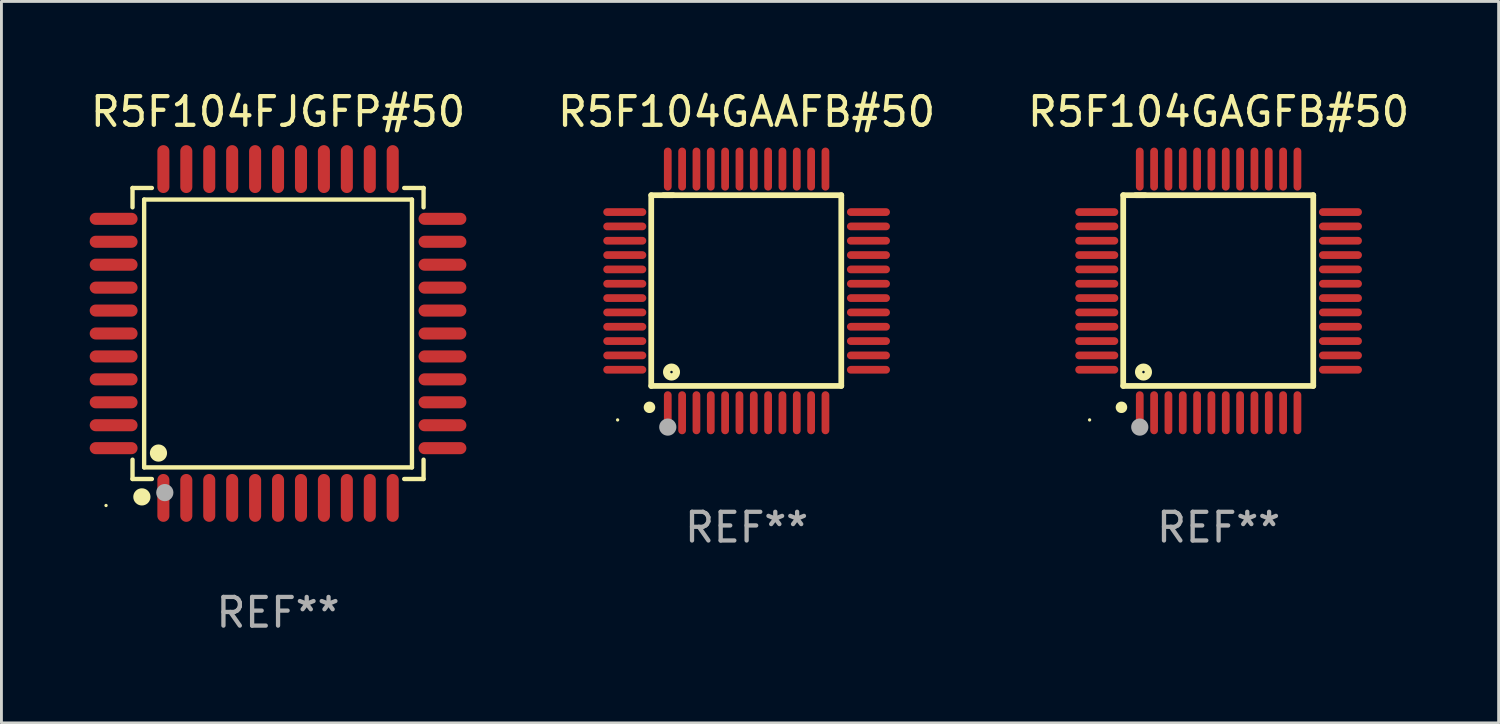
<source format=kicad_pcb>
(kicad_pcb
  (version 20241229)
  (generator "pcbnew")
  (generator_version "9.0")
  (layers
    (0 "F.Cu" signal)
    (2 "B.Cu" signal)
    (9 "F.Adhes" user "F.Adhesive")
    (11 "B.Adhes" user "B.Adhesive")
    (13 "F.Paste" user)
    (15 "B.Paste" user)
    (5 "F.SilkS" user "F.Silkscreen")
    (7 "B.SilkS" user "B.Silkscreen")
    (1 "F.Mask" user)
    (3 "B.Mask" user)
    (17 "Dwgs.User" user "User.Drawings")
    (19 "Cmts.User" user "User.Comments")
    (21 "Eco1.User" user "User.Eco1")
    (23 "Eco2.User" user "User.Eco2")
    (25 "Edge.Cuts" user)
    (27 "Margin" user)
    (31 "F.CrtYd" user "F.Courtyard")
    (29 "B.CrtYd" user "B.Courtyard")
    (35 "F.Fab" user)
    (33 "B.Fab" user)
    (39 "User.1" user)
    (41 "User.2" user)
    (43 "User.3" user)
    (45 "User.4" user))
  (footprint "R5F104FJGFP#50"
    (layer "F.Cu")
    (at 6.649 8.583)
    (property "Reference" "R5F104FJGFP#50" (at 0 -7.735 0) (layer "F.SilkS") (effects (font (size 1 1) (thickness 0.15))))
    (attr through_hole)
    (fp_line (start -5.076 -5.076) (end -4.401 -5.076) (stroke (width 0.152) (type solid)) (layer "F.SilkS"))
    (fp_line (start -5.076 -4.401) (end -5.076 -5.076) (stroke (width 0.152) (type solid)) (layer "F.SilkS"))
    (fp_line (start -5.076 4.401) (end -5.076 5.076) (stroke (width 0.152) (type solid)) (layer "F.SilkS"))
    (fp_line (start -5.076 5.076) (end -4.401 5.076) (stroke (width 0.152) (type solid)) (layer "F.SilkS"))
    (fp_line (start -4.671 -4.671) (end 4.671 -4.671) (stroke (width 0.152) (type solid)) (layer "F.SilkS"))
    (fp_line (start -4.671 4.671) (end -4.671 -4.671) (stroke (width 0.152) (type solid)) (layer "F.SilkS"))
    (fp_line (start 4.671 -4.671) (end 4.671 4.671) (stroke (width 0.152) (type solid)) (layer "F.SilkS"))
    (fp_line (start 4.671 4.671) (end -4.671 4.671) (stroke (width 0.152) (type solid)) (layer "F.SilkS"))
    (fp_line (start 5.076 -5.076) (end 4.401 -5.076) (stroke (width 0.152) (type solid)) (layer "F.SilkS"))
    (fp_line (start 5.076 -4.401) (end 5.076 -5.076) (stroke (width 0.152) (type solid)) (layer "F.SilkS"))
    (fp_line (start 5.076 4.401) (end 5.076 5.076) (stroke (width 0.152) (type solid)) (layer "F.SilkS"))
    (fp_line (start 5.076 5.076) (end 4.401 5.076) (stroke (width 0.152) (type solid)) (layer "F.SilkS"))
    (fp_circle (center -6 6) (end -5.97 6) (stroke (width 0.06) (type solid)) (fill no) (layer "F.SilkS"))
    (fp_circle (center -4.75 5.7) (end -4.6 5.7) (stroke (width 0.3) (type solid)) (fill no) (layer "F.SilkS"))
    (fp_circle (center -4.171 4.171) (end -4.021 4.171) (stroke (width 0.3) (type solid)) (fill no) (layer "F.SilkS"))
    (fp_circle (center -3.95 5.55) (end -3.8 5.55) (stroke (width 0.3) (type solid)) (fill no) (layer "F.Fab"))
    (fp_text user "REF**" (at 0 9.735 0) (layer "F.Fab") (effects (font (size 1 1) (thickness 0.15))))
    (pad "1" smd oval (at -4 5.735) (size 0.42 1.67) (layers "F.Cu" "F.Mask" "F.Paste"))
    (pad "2" smd oval (at -3.2 5.735) (size 0.42 1.67) (layers "F.Cu" "F.Mask" "F.Paste"))
    (pad "3" smd oval (at -2.4 5.735) (size 0.42 1.67) (layers "F.Cu" "F.Mask" "F.Paste"))
    (pad "4" smd oval (at -1.6 5.735) (size 0.42 1.67) (layers "F.Cu" "F.Mask" "F.Paste"))
    (pad "5" smd oval (at -0.8 5.735) (size 0.42 1.67) (layers "F.Cu" "F.Mask" "F.Paste"))
    (pad "6" smd oval (at 0 5.735) (size 0.42 1.67) (layers "F.Cu" "F.Mask" "F.Paste"))
    (pad "7" smd oval (at 0.8 5.735) (size 0.42 1.67) (layers "F.Cu" "F.Mask" "F.Paste"))
    (pad "8" smd oval (at 1.6 5.735) (size 0.42 1.67) (layers "F.Cu" "F.Mask" "F.Paste"))
    (pad "9" smd oval (at 2.4 5.735) (size 0.42 1.67) (layers "F.Cu" "F.Mask" "F.Paste"))
    (pad "10" smd oval (at 3.2 5.735) (size 0.42 1.67) (layers "F.Cu" "F.Mask" "F.Paste"))
    (pad "11" smd oval (at 4 5.735) (size 0.42 1.67) (layers "F.Cu" "F.Mask" "F.Paste"))
    (pad "12" smd oval (at 5.735 4) (size 1.67 0.42) (layers "F.Cu" "F.Mask" "F.Paste"))
    (pad "13" smd oval (at 5.735 3.2) (size 1.67 0.42) (layers "F.Cu" "F.Mask" "F.Paste"))
    (pad "14" smd oval (at 5.735 2.4) (size 1.67 0.42) (layers "F.Cu" "F.Mask" "F.Paste"))
    (pad "15" smd oval (at 5.735 1.6) (size 1.67 0.42) (layers "F.Cu" "F.Mask" "F.Paste"))
    (pad "16" smd oval (at 5.735 0.8) (size 1.67 0.42) (layers "F.Cu" "F.Mask" "F.Paste"))
    (pad "17" smd oval (at 5.735 0) (size 1.67 0.42) (layers "F.Cu" "F.Mask" "F.Paste"))
    (pad "18" smd oval (at 5.735 -0.8) (size 1.67 0.42) (layers "F.Cu" "F.Mask" "F.Paste"))
    (pad "19" smd oval (at 5.735 -1.6) (size 1.67 0.42) (layers "F.Cu" "F.Mask" "F.Paste"))
    (pad "20" smd oval (at 5.735 -2.4) (size 1.67 0.42) (layers "F.Cu" "F.Mask" "F.Paste"))
    (pad "21" smd oval (at 5.735 -3.2) (size 1.67 0.42) (layers "F.Cu" "F.Mask" "F.Paste"))
    (pad "22" smd oval (at 5.735 -4) (size 1.67 0.42) (layers "F.Cu" "F.Mask" "F.Paste"))
    (pad "23" smd oval (at 4 -5.735) (size 0.42 1.67) (layers "F.Cu" "F.Mask" "F.Paste"))
    (pad "24" smd oval (at 3.2 -5.735) (size 0.42 1.67) (layers "F.Cu" "F.Mask" "F.Paste"))
    (pad "25" smd oval (at 2.4 -5.735) (size 0.42 1.67) (layers "F.Cu" "F.Mask" "F.Paste"))
    (pad "26" smd oval (at 1.6 -5.735) (size 0.42 1.67) (layers "F.Cu" "F.Mask" "F.Paste"))
    (pad "27" smd oval (at 0.8 -5.735) (size 0.42 1.67) (layers "F.Cu" "F.Mask" "F.Paste"))
    (pad "28" smd oval (at 0 -5.735) (size 0.42 1.67) (layers "F.Cu" "F.Mask" "F.Paste"))
    (pad "29" smd oval (at -0.8 -5.735) (size 0.42 1.67) (layers "F.Cu" "F.Mask" "F.Paste"))
    (pad "30" smd oval (at -1.6 -5.735) (size 0.42 1.67) (layers "F.Cu" "F.Mask" "F.Paste"))
    (pad "31" smd oval (at -2.4 -5.735) (size 0.42 1.67) (layers "F.Cu" "F.Mask" "F.Paste"))
    (pad "32" smd oval (at -3.2 -5.735) (size 0.42 1.67) (layers "F.Cu" "F.Mask" "F.Paste"))
    (pad "33" smd oval (at -4 -5.735) (size 0.42 1.67) (layers "F.Cu" "F.Mask" "F.Paste"))
    (pad "34" smd oval (at -5.735 -4) (size 1.67 0.42) (layers "F.Cu" "F.Mask" "F.Paste"))
    (pad "35" smd oval (at -5.735 -3.2) (size 1.67 0.42) (layers "F.Cu" "F.Mask" "F.Paste"))
    (pad "36" smd oval (at -5.735 -2.4) (size 1.67 0.42) (layers "F.Cu" "F.Mask" "F.Paste"))
    (pad "37" smd oval (at -5.735 -1.6) (size 1.67 0.42) (layers "F.Cu" "F.Mask" "F.Paste"))
    (pad "38" smd oval (at -5.735 -0.8) (size 1.67 0.42) (layers "F.Cu" "F.Mask" "F.Paste"))
    (pad "39" smd oval (at -5.735 0) (size 1.67 0.42) (layers "F.Cu" "F.Mask" "F.Paste"))
    (pad "40" smd oval (at -5.735 0.8) (size 1.67 0.42) (layers "F.Cu" "F.Mask" "F.Paste"))
    (pad "41" smd oval (at -5.735 1.6) (size 1.67 0.42) (layers "F.Cu" "F.Mask" "F.Paste"))
    (pad "42" smd oval (at -5.735 2.4) (size 1.67 0.42) (layers "F.Cu" "F.Mask" "F.Paste"))
    (pad "43" smd oval (at -5.735 3.2) (size 1.67 0.42) (layers "F.Cu" "F.Mask" "F.Paste"))
    (pad "44" smd oval (at -5.735 4) (size 1.67 0.42) (layers "F.Cu" "F.Mask" "F.Paste")))
  (footprint "R5F104GAAFB#50"
    (layer "F.Cu")
    (at 22.994 7.098)
    (property "Reference" "R5F104GAAFB#50" (at 0 -6.25 0) (layer "F.SilkS") (effects (font (size 1 1) (thickness 0.15))))
    (attr through_hole)
    (fp_line (start -3.327 -3.34) (end -2.565 -3.34) (stroke (width 0.2) (type solid)) (layer "F.SilkS"))
    (fp_line (start -3.327 3.315) (end -3.327 -3.34) (stroke (width 0.2) (type solid)) (layer "F.SilkS"))
    (fp_line (start -2.896 -3.34) (end 3.302 -3.34) (stroke (width 0.2) (type solid)) (layer "F.SilkS"))
    (fp_line (start 3.302 -3.34) (end 3.302 3.315) (stroke (width 0.2) (type solid)) (layer "F.SilkS"))
    (fp_line (start 3.302 3.315) (end -3.327 3.315) (stroke (width 0.2) (type solid)) (layer "F.SilkS"))
    (fp_arc (start -3.389992 4.059995) (mid -3.388722 4.059991) (end -3.387452 4.059995) (stroke (width 0.4) (type solid)) (layer "F.SilkS"))
    (fp_circle (center -4.5 4.5) (end -4.47 4.5) (stroke (width 0.06) (type solid)) (fill no) (layer "F.SilkS"))
    (fp_circle (center -2.62 2.83) (end -2.45 2.83) (stroke (width 0.254) (type solid)) (fill no) (layer "F.SilkS"))
    (fp_circle (center -2.75 4.75) (end -2.6 4.75) (stroke (width 0.3) (type solid)) (fill no) (layer "F.Fab"))
    (fp_text user "REF**" (at 0 8.25 0) (layer "F.Fab") (effects (font (size 1 1) (thickness 0.15))))
    (pad "1" smd oval (at -2.75 4.25) (size 0.27 1.5) (layers "F.Cu" "F.Mask" "F.Paste"))
    (pad "2" smd oval (at -2.25 4.25) (size 0.27 1.5) (layers "F.Cu" "F.Mask" "F.Paste"))
    (pad "3" smd oval (at -1.75 4.25) (size 0.27 1.5) (layers "F.Cu" "F.Mask" "F.Paste"))
    (pad "4" smd oval (at -1.25 4.25) (size 0.27 1.5) (layers "F.Cu" "F.Mask" "F.Paste"))
    (pad "5" smd oval (at -0.75 4.25) (size 0.27 1.5) (layers "F.Cu" "F.Mask" "F.Paste"))
    (pad "6" smd oval (at -0.25 4.25) (size 0.27 1.5) (layers "F.Cu" "F.Mask" "F.Paste"))
    (pad "7" smd oval (at 0.25 4.25) (size 0.27 1.5) (layers "F.Cu" "F.Mask" "F.Paste"))
    (pad "8" smd oval (at 0.75 4.25) (size 0.27 1.5) (layers "F.Cu" "F.Mask" "F.Paste"))
    (pad "9" smd oval (at 1.25 4.25) (size 0.27 1.5) (layers "F.Cu" "F.Mask" "F.Paste"))
    (pad "10" smd oval (at 1.75 4.25) (size 0.27 1.5) (layers "F.Cu" "F.Mask" "F.Paste"))
    (pad "11" smd oval (at 2.25 4.25) (size 0.27 1.5) (layers "F.Cu" "F.Mask" "F.Paste"))
    (pad "12" smd oval (at 2.75 4.25) (size 0.27 1.5) (layers "F.Cu" "F.Mask" "F.Paste"))
    (pad "13" smd oval (at 4.25 2.75) (size 1.5 0.27) (layers "F.Cu" "F.Mask" "F.Paste"))
    (pad "14" smd oval (at 4.25 2.25) (size 1.5 0.27) (layers "F.Cu" "F.Mask" "F.Paste"))
    (pad "15" smd oval (at 4.25 1.75) (size 1.5 0.27) (layers "F.Cu" "F.Mask" "F.Paste"))
    (pad "16" smd oval (at 4.25 1.25) (size 1.5 0.27) (layers "F.Cu" "F.Mask" "F.Paste"))
    (pad "17" smd oval (at 4.25 0.75) (size 1.5 0.27) (layers "F.Cu" "F.Mask" "F.Paste"))
    (pad "18" smd oval (at 4.25 0.25) (size 1.5 0.27) (layers "F.Cu" "F.Mask" "F.Paste"))
    (pad "19" smd oval (at 4.25 -0.25) (size 1.5 0.27) (layers "F.Cu" "F.Mask" "F.Paste"))
    (pad "20" smd oval (at 4.25 -0.75) (size 1.5 0.27) (layers "F.Cu" "F.Mask" "F.Paste"))
    (pad "21" smd oval (at 4.25 -1.25) (size 1.5 0.27) (layers "F.Cu" "F.Mask" "F.Paste"))
    (pad "22" smd oval (at 4.25 -1.75) (size 1.5 0.27) (layers "F.Cu" "F.Mask" "F.Paste"))
    (pad "23" smd oval (at 4.25 -2.25) (size 1.5 0.27) (layers "F.Cu" "F.Mask" "F.Paste"))
    (pad "24" smd oval (at 4.25 -2.75) (size 1.5 0.27) (layers "F.Cu" "F.Mask" "F.Paste"))
    (pad "25" smd oval (at 2.75 -4.25) (size 0.27 1.5) (layers "F.Cu" "F.Mask" "F.Paste"))
    (pad "26" smd oval (at 2.25 -4.25) (size 0.27 1.5) (layers "F.Cu" "F.Mask" "F.Paste"))
    (pad "27" smd oval (at 1.75 -4.25) (size 0.27 1.5) (layers "F.Cu" "F.Mask" "F.Paste"))
    (pad "28" smd oval (at 1.25 -4.25) (size 0.27 1.5) (layers "F.Cu" "F.Mask" "F.Paste"))
    (pad "29" smd oval (at 0.75 -4.25) (size 0.27 1.5) (layers "F.Cu" "F.Mask" "F.Paste"))
    (pad "30" smd oval (at 0.25 -4.25) (size 0.27 1.5) (layers "F.Cu" "F.Mask" "F.Paste"))
    (pad "31" smd oval (at -0.25 -4.25) (size 0.27 1.5) (layers "F.Cu" "F.Mask" "F.Paste"))
    (pad "32" smd oval (at -0.75 -4.25) (size 0.27 1.5) (layers "F.Cu" "F.Mask" "F.Paste"))
    (pad "33" smd oval (at -1.25 -4.25) (size 0.27 1.5) (layers "F.Cu" "F.Mask" "F.Paste"))
    (pad "34" smd oval (at -1.75 -4.25) (size 0.27 1.5) (layers "F.Cu" "F.Mask" "F.Paste"))
    (pad "35" smd oval (at -2.25 -4.25) (size 0.27 1.5) (layers "F.Cu" "F.Mask" "F.Paste"))
    (pad "36" smd oval (at -2.75 -4.25) (size 0.27 1.5) (layers "F.Cu" "F.Mask" "F.Paste"))
    (pad "37" smd oval (at -4.25 -2.75) (size 1.5 0.27) (layers "F.Cu" "F.Mask" "F.Paste"))
    (pad "38" smd oval (at -4.25 -2.25) (size 1.5 0.27) (layers "F.Cu" "F.Mask" "F.Paste"))
    (pad "39" smd oval (at -4.25 -1.75) (size 1.5 0.27) (layers "F.Cu" "F.Mask" "F.Paste"))
    (pad "40" smd oval (at -4.25 -1.25) (size 1.5 0.27) (layers "F.Cu" "F.Mask" "F.Paste"))
    (pad "41" smd oval (at -4.25 -0.75) (size 1.5 0.27) (layers "F.Cu" "F.Mask" "F.Paste"))
    (pad "42" smd oval (at -4.25 -0.25) (size 1.5 0.27) (layers "F.Cu" "F.Mask" "F.Paste"))
    (pad "43" smd oval (at -4.25 0.25) (size 1.5 0.27) (layers "F.Cu" "F.Mask" "F.Paste"))
    (pad "44" smd oval (at -4.25 0.75) (size 1.5 0.27) (layers "F.Cu" "F.Mask" "F.Paste"))
    (pad "45" smd oval (at -4.25 1.25) (size 1.5 0.27) (layers "F.Cu" "F.Mask" "F.Paste"))
    (pad "46" smd oval (at -4.25 1.75) (size 1.5 0.27) (layers "F.Cu" "F.Mask" "F.Paste"))
    (pad "47" smd oval (at -4.25 2.25) (size 1.5 0.27) (layers "F.Cu" "F.Mask" "F.Paste"))
    (pad "48" smd oval (at -4.25 2.75) (size 1.5 0.27) (layers "F.Cu" "F.Mask" "F.Paste")))
  (footprint "R5F104GAGFB#50"
    (layer "F.Cu")
    (at 39.458 7.098)
    (property "Reference" "R5F104GAGFB#50" (at 0 -6.25 0) (layer "F.SilkS") (effects (font (size 1 1) (thickness 0.15))))
    (attr through_hole)
    (fp_line (start -3.327 -3.34) (end -2.565 -3.34) (stroke (width 0.2) (type solid)) (layer "F.SilkS"))
    (fp_line (start -3.327 3.315) (end -3.327 -3.34) (stroke (width 0.2) (type solid)) (layer "F.SilkS"))
    (fp_line (start -2.896 -3.34) (end 3.302 -3.34) (stroke (width 0.2) (type solid)) (layer "F.SilkS"))
    (fp_line (start 3.302 -3.34) (end 3.302 3.315) (stroke (width 0.2) (type solid)) (layer "F.SilkS"))
    (fp_line (start 3.302 3.315) (end -3.327 3.315) (stroke (width 0.2) (type solid)) (layer "F.SilkS"))
    (fp_arc (start -3.389992 4.059995) (mid -3.388722 4.059991) (end -3.387452 4.059995) (stroke (width 0.4) (type solid)) (layer "F.SilkS"))
    (fp_circle (center -4.5 4.5) (end -4.47 4.5) (stroke (width 0.06) (type solid)) (fill no) (layer "F.SilkS"))
    (fp_circle (center -2.62 2.83) (end -2.45 2.83) (stroke (width 0.254) (type solid)) (fill no) (layer "F.SilkS"))
    (fp_circle (center -2.75 4.75) (end -2.6 4.75) (stroke (width 0.3) (type solid)) (fill no) (layer "F.Fab"))
    (fp_text user "REF**" (at 0 8.25 0) (layer "F.Fab") (effects (font (size 1 1) (thickness 0.15))))
    (pad "1" smd oval (at -2.75 4.25) (size 0.27 1.5) (layers "F.Cu" "F.Mask" "F.Paste"))
    (pad "2" smd oval (at -2.25 4.25) (size 0.27 1.5) (layers "F.Cu" "F.Mask" "F.Paste"))
    (pad "3" smd oval (at -1.75 4.25) (size 0.27 1.5) (layers "F.Cu" "F.Mask" "F.Paste"))
    (pad "4" smd oval (at -1.25 4.25) (size 0.27 1.5) (layers "F.Cu" "F.Mask" "F.Paste"))
    (pad "5" smd oval (at -0.75 4.25) (size 0.27 1.5) (layers "F.Cu" "F.Mask" "F.Paste"))
    (pad "6" smd oval (at -0.25 4.25) (size 0.27 1.5) (layers "F.Cu" "F.Mask" "F.Paste"))
    (pad "7" smd oval (at 0.25 4.25) (size 0.27 1.5) (layers "F.Cu" "F.Mask" "F.Paste"))
    (pad "8" smd oval (at 0.75 4.25) (size 0.27 1.5) (layers "F.Cu" "F.Mask" "F.Paste"))
    (pad "9" smd oval (at 1.25 4.25) (size 0.27 1.5) (layers "F.Cu" "F.Mask" "F.Paste"))
    (pad "10" smd oval (at 1.75 4.25) (size 0.27 1.5) (layers "F.Cu" "F.Mask" "F.Paste"))
    (pad "11" smd oval (at 2.25 4.25) (size 0.27 1.5) (layers "F.Cu" "F.Mask" "F.Paste"))
    (pad "12" smd oval (at 2.75 4.25) (size 0.27 1.5) (layers "F.Cu" "F.Mask" "F.Paste"))
    (pad "13" smd oval (at 4.25 2.75) (size 1.5 0.27) (layers "F.Cu" "F.Mask" "F.Paste"))
    (pad "14" smd oval (at 4.25 2.25) (size 1.5 0.27) (layers "F.Cu" "F.Mask" "F.Paste"))
    (pad "15" smd oval (at 4.25 1.75) (size 1.5 0.27) (layers "F.Cu" "F.Mask" "F.Paste"))
    (pad "16" smd oval (at 4.25 1.25) (size 1.5 0.27) (layers "F.Cu" "F.Mask" "F.Paste"))
    (pad "17" smd oval (at 4.25 0.75) (size 1.5 0.27) (layers "F.Cu" "F.Mask" "F.Paste"))
    (pad "18" smd oval (at 4.25 0.25) (size 1.5 0.27) (layers "F.Cu" "F.Mask" "F.Paste"))
    (pad "19" smd oval (at 4.25 -0.25) (size 1.5 0.27) (layers "F.Cu" "F.Mask" "F.Paste"))
    (pad "20" smd oval (at 4.25 -0.75) (size 1.5 0.27) (layers "F.Cu" "F.Mask" "F.Paste"))
    (pad "21" smd oval (at 4.25 -1.25) (size 1.5 0.27) (layers "F.Cu" "F.Mask" "F.Paste"))
    (pad "22" smd oval (at 4.25 -1.75) (size 1.5 0.27) (layers "F.Cu" "F.Mask" "F.Paste"))
    (pad "23" smd oval (at 4.25 -2.25) (size 1.5 0.27) (layers "F.Cu" "F.Mask" "F.Paste"))
    (pad "24" smd oval (at 4.25 -2.75) (size 1.5 0.27) (layers "F.Cu" "F.Mask" "F.Paste"))
    (pad "25" smd oval (at 2.75 -4.25) (size 0.27 1.5) (layers "F.Cu" "F.Mask" "F.Paste"))
    (pad "26" smd oval (at 2.25 -4.25) (size 0.27 1.5) (layers "F.Cu" "F.Mask" "F.Paste"))
    (pad "27" smd oval (at 1.75 -4.25) (size 0.27 1.5) (layers "F.Cu" "F.Mask" "F.Paste"))
    (pad "28" smd oval (at 1.25 -4.25) (size 0.27 1.5) (layers "F.Cu" "F.Mask" "F.Paste"))
    (pad "29" smd oval (at 0.75 -4.25) (size 0.27 1.5) (layers "F.Cu" "F.Mask" "F.Paste"))
    (pad "30" smd oval (at 0.25 -4.25) (size 0.27 1.5) (layers "F.Cu" "F.Mask" "F.Paste"))
    (pad "31" smd oval (at -0.25 -4.25) (size 0.27 1.5) (layers "F.Cu" "F.Mask" "F.Paste"))
    (pad "32" smd oval (at -0.75 -4.25) (size 0.27 1.5) (layers "F.Cu" "F.Mask" "F.Paste"))
    (pad "33" smd oval (at -1.25 -4.25) (size 0.27 1.5) (layers "F.Cu" "F.Mask" "F.Paste"))
    (pad "34" smd oval (at -1.75 -4.25) (size 0.27 1.5) (layers "F.Cu" "F.Mask" "F.Paste"))
    (pad "35" smd oval (at -2.25 -4.25) (size 0.27 1.5) (layers "F.Cu" "F.Mask" "F.Paste"))
    (pad "36" smd oval (at -2.75 -4.25) (size 0.27 1.5) (layers "F.Cu" "F.Mask" "F.Paste"))
    (pad "37" smd oval (at -4.25 -2.75) (size 1.5 0.27) (layers "F.Cu" "F.Mask" "F.Paste"))
    (pad "38" smd oval (at -4.25 -2.25) (size 1.5 0.27) (layers "F.Cu" "F.Mask" "F.Paste"))
    (pad "39" smd oval (at -4.25 -1.75) (size 1.5 0.27) (layers "F.Cu" "F.Mask" "F.Paste"))
    (pad "40" smd oval (at -4.25 -1.25) (size 1.5 0.27) (layers "F.Cu" "F.Mask" "F.Paste"))
    (pad "41" smd oval (at -4.25 -0.75) (size 1.5 0.27) (layers "F.Cu" "F.Mask" "F.Paste"))
    (pad "42" smd oval (at -4.25 -0.25) (size 1.5 0.27) (layers "F.Cu" "F.Mask" "F.Paste"))
    (pad "43" smd oval (at -4.25 0.25) (size 1.5 0.27) (layers "F.Cu" "F.Mask" "F.Paste"))
    (pad "44" smd oval (at -4.25 0.75) (size 1.5 0.27) (layers "F.Cu" "F.Mask" "F.Paste"))
    (pad "45" smd oval (at -4.25 1.25) (size 1.5 0.27) (layers "F.Cu" "F.Mask" "F.Paste"))
    (pad "46" smd oval (at -4.25 1.75) (size 1.5 0.27) (layers "F.Cu" "F.Mask" "F.Paste"))
    (pad "47" smd oval (at -4.25 2.25) (size 1.5 0.27) (layers "F.Cu" "F.Mask" "F.Paste"))
    (pad "48" smd oval (at -4.25 2.75) (size 1.5 0.27) (layers "F.Cu" "F.Mask" "F.Paste")))
  (gr_rect
    (start -3 -3)
    (end 49.226 22.167)
    (stroke (width 0.1) (type default))
    (fill no)
    (layer "Edge.Cuts")))
</source>
